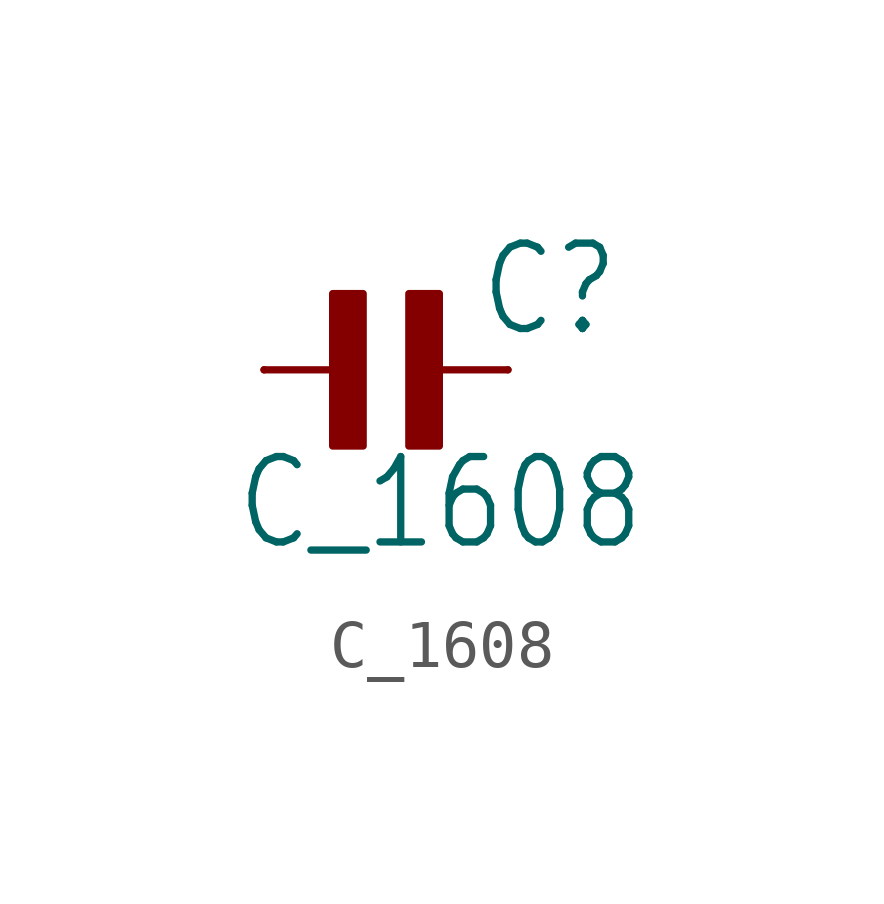
<source format=kicad_sym>
(kicad_symbol_lib
  (version 20211014)
  (generator kicad_symbol_editor)
  (symbol "C_1608"
    (property "Reference" "C"
      (at 1.905 0.635 0)
      (effects (font (size 1.778 1.511)) (justify left bottom)))
    (property "Value" "C_1608"
      (at -3.175 -3.81 0)
      (effects (font (size 1.778 1.511)) (justify left bottom)))
    (property "ki_locked" ""
      (at 0 0 0)
      (effects (font (size 1.27 1.27))))
    (symbol "C_1608_1_0"
      (rectangle (start -1.111 -1.587) (end -0.476 1.587) (stroke (width 0) (type default) (color 0 0 0 0)) (fill (type outline)))
      (polyline (pts (xy -2.54 0) (xy -0.635 0)) (stroke (width 0.152) (type default) (color 0 0 0 0)) (fill (type none)))
      (polyline (pts (xy 2.54 0) (xy 0.635 0)) (stroke (width 0.152) (type default) (color 0 0 0 0)) (fill (type none)))
      (rectangle (start 0.476 -1.587) (end 1.111 1.587) (stroke (width 0) (type default) (color 0 0 0 0)) (fill (type outline)))
      (pin passive line (at -2.54 0 0) (length 0) (name "1" (effects (font (size 0 0)))) (number "1" (effects (font (size 0 0)))))
      (pin passive line (at 2.54 0 180) (length 0) (name "2" (effects (font (size 0 0)))) (number "2" (effects (font (size 0 0))))))))
</source>
